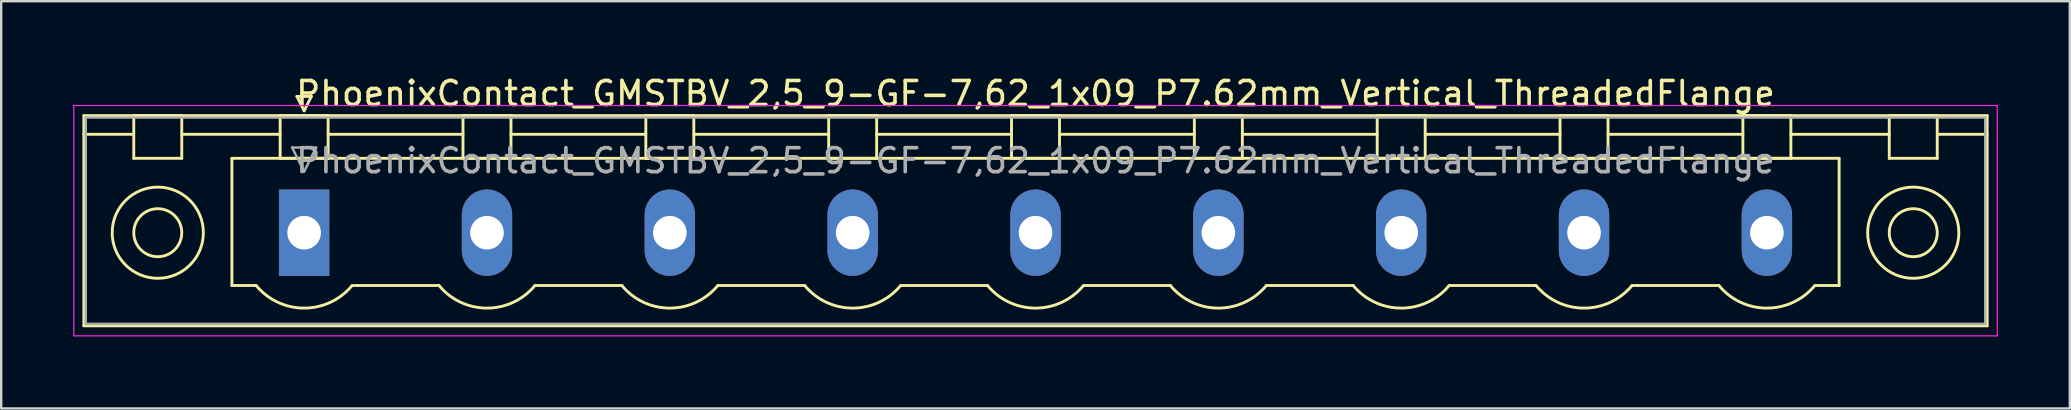
<source format=kicad_pcb>
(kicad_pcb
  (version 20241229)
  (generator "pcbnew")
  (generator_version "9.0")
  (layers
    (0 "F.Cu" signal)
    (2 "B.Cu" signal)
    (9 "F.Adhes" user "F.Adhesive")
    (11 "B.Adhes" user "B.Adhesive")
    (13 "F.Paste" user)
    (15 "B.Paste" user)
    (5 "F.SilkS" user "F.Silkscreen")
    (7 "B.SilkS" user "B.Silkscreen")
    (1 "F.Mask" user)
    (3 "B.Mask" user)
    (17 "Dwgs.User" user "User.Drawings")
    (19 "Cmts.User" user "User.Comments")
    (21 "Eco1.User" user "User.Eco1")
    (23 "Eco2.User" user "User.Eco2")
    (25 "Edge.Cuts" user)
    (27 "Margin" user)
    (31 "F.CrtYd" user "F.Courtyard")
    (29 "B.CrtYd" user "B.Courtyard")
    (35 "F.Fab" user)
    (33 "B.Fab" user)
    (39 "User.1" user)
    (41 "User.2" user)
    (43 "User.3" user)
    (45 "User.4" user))
  (footprint "PhoenixContact_GMSTBV_2,5_9-GF-7,62_1x09_P7.62mm_Vertical_ThreadedFlange"
    (layer "F.Cu")
    (at 9.625 6.648)
    (property "Reference" "PhoenixContact_GMSTBV_2,5_9-GF-7,62_1x09_P7.62mm_Vertical_ThreadedFlange" (at 30.48 -5.8 0) (layer "F.SilkS") (effects (font (size 1 1) (thickness 0.15))))
    (attr through_hole)
    (fp_line (start -9.18 -4.88) (end -9.18 3.88) (stroke (width 0.12) (type solid)) (layer "F.SilkS"))
    (fp_line (start -9.18 -4.1) (end -7.18 -4.1) (stroke (width 0.12) (type solid)) (layer "F.SilkS"))
    (fp_line (start -9.18 3.88) (end 70.14 3.88) (stroke (width 0.12) (type solid)) (layer "F.SilkS"))
    (fp_line (start -7.1 -4.88) (end -5.1 -4.88) (stroke (width 0.12) (type solid)) (layer "F.SilkS"))
    (fp_line (start -7.1 -3.1) (end -7.1 -4.88) (stroke (width 0.12) (type solid)) (layer "F.SilkS"))
    (fp_line (start -5.1 -4.88) (end -5.1 -3.1) (stroke (width 0.12) (type solid)) (layer "F.SilkS"))
    (fp_line (start -5.1 -4.1) (end -1 -4.1) (stroke (width 0.12) (type solid)) (layer "F.SilkS"))
    (fp_line (start -5.1 -3.1) (end -7.1 -3.1) (stroke (width 0.12) (type solid)) (layer "F.SilkS"))
    (fp_line (start -3.01 -3.1) (end 63.97 -3.1) (stroke (width 0.12) (type solid)) (layer "F.SilkS"))
    (fp_line (start -3.01 2.2) (end -3.01 -3.1) (stroke (width 0.12) (type solid)) (layer "F.SilkS"))
    (fp_line (start -2 2.2) (end -3.01 2.2) (stroke (width 0.12) (type solid)) (layer "F.SilkS"))
    (fp_line (start -1 -4.88) (end 1 -4.88) (stroke (width 0.12) (type solid)) (layer "F.SilkS"))
    (fp_line (start -1 -3.1) (end -1 -4.88) (stroke (width 0.12) (type solid)) (layer "F.SilkS"))
    (fp_line (start -0.3 -5.68) (end 0.3 -5.68) (stroke (width 0.12) (type solid)) (layer "F.SilkS"))
    (fp_line (start 0 -5.08) (end -0.3 -5.68) (stroke (width 0.12) (type solid)) (layer "F.SilkS"))
    (fp_line (start 0.3 -5.68) (end 0 -5.08) (stroke (width 0.12) (type solid)) (layer "F.SilkS"))
    (fp_line (start 1 -4.88) (end 1 -3.1) (stroke (width 0.12) (type solid)) (layer "F.SilkS"))
    (fp_line (start 1 -4.1) (end 6.62 -4.1) (stroke (width 0.12) (type solid)) (layer "F.SilkS"))
    (fp_line (start 1 -3.1) (end -1 -3.1) (stroke (width 0.12) (type solid)) (layer "F.SilkS"))
    (fp_line (start 2 2.2) (end 5.62 2.2) (stroke (width 0.12) (type solid)) (layer "F.SilkS"))
    (fp_line (start 6.62 -4.88) (end 8.62 -4.88) (stroke (width 0.12) (type solid)) (layer "F.SilkS"))
    (fp_line (start 6.62 -3.1) (end 6.62 -4.88) (stroke (width 0.12) (type solid)) (layer "F.SilkS"))
    (fp_line (start 8.62 -4.88) (end 8.62 -3.1) (stroke (width 0.12) (type solid)) (layer "F.SilkS"))
    (fp_line (start 8.62 -4.1) (end 14.24 -4.1) (stroke (width 0.12) (type solid)) (layer "F.SilkS"))
    (fp_line (start 8.62 -3.1) (end 6.62 -3.1) (stroke (width 0.12) (type solid)) (layer "F.SilkS"))
    (fp_line (start 9.62 2.2) (end 13.24 2.2) (stroke (width 0.12) (type solid)) (layer "F.SilkS"))
    (fp_line (start 14.24 -4.88) (end 16.24 -4.88) (stroke (width 0.12) (type solid)) (layer "F.SilkS"))
    (fp_line (start 14.24 -3.1) (end 14.24 -4.88) (stroke (width 0.12) (type solid)) (layer "F.SilkS"))
    (fp_line (start 16.24 -4.88) (end 16.24 -3.1) (stroke (width 0.12) (type solid)) (layer "F.SilkS"))
    (fp_line (start 16.24 -4.1) (end 21.86 -4.1) (stroke (width 0.12) (type solid)) (layer "F.SilkS"))
    (fp_line (start 16.24 -3.1) (end 14.24 -3.1) (stroke (width 0.12) (type solid)) (layer "F.SilkS"))
    (fp_line (start 17.24 2.2) (end 20.86 2.2) (stroke (width 0.12) (type solid)) (layer "F.SilkS"))
    (fp_line (start 21.86 -4.88) (end 23.86 -4.88) (stroke (width 0.12) (type solid)) (layer "F.SilkS"))
    (fp_line (start 21.86 -3.1) (end 21.86 -4.88) (stroke (width 0.12) (type solid)) (layer "F.SilkS"))
    (fp_line (start 23.86 -4.88) (end 23.86 -3.1) (stroke (width 0.12) (type solid)) (layer "F.SilkS"))
    (fp_line (start 23.86 -4.1) (end 29.48 -4.1) (stroke (width 0.12) (type solid)) (layer "F.SilkS"))
    (fp_line (start 23.86 -3.1) (end 21.86 -3.1) (stroke (width 0.12) (type solid)) (layer "F.SilkS"))
    (fp_line (start 24.86 2.2) (end 28.48 2.2) (stroke (width 0.12) (type solid)) (layer "F.SilkS"))
    (fp_line (start 29.48 -4.88) (end 31.48 -4.88) (stroke (width 0.12) (type solid)) (layer "F.SilkS"))
    (fp_line (start 29.48 -3.1) (end 29.48 -4.88) (stroke (width 0.12) (type solid)) (layer "F.SilkS"))
    (fp_line (start 31.48 -4.88) (end 31.48 -3.1) (stroke (width 0.12) (type solid)) (layer "F.SilkS"))
    (fp_line (start 31.48 -4.1) (end 37.1 -4.1) (stroke (width 0.12) (type solid)) (layer "F.SilkS"))
    (fp_line (start 31.48 -3.1) (end 29.48 -3.1) (stroke (width 0.12) (type solid)) (layer "F.SilkS"))
    (fp_line (start 32.48 2.2) (end 36.1 2.2) (stroke (width 0.12) (type solid)) (layer "F.SilkS"))
    (fp_line (start 37.1 -4.88) (end 39.1 -4.88) (stroke (width 0.12) (type solid)) (layer "F.SilkS"))
    (fp_line (start 37.1 -3.1) (end 37.1 -4.88) (stroke (width 0.12) (type solid)) (layer "F.SilkS"))
    (fp_line (start 39.1 -4.88) (end 39.1 -3.1) (stroke (width 0.12) (type solid)) (layer "F.SilkS"))
    (fp_line (start 39.1 -4.1) (end 44.72 -4.1) (stroke (width 0.12) (type solid)) (layer "F.SilkS"))
    (fp_line (start 39.1 -3.1) (end 37.1 -3.1) (stroke (width 0.12) (type solid)) (layer "F.SilkS"))
    (fp_line (start 40.1 2.2) (end 43.72 2.2) (stroke (width 0.12) (type solid)) (layer "F.SilkS"))
    (fp_line (start 44.72 -4.88) (end 46.72 -4.88) (stroke (width 0.12) (type solid)) (layer "F.SilkS"))
    (fp_line (start 44.72 -3.1) (end 44.72 -4.88) (stroke (width 0.12) (type solid)) (layer "F.SilkS"))
    (fp_line (start 46.72 -4.88) (end 46.72 -3.1) (stroke (width 0.12) (type solid)) (layer "F.SilkS"))
    (fp_line (start 46.72 -4.1) (end 52.34 -4.1) (stroke (width 0.12) (type solid)) (layer "F.SilkS"))
    (fp_line (start 46.72 -3.1) (end 44.72 -3.1) (stroke (width 0.12) (type solid)) (layer "F.SilkS"))
    (fp_line (start 47.72 2.2) (end 51.34 2.2) (stroke (width 0.12) (type solid)) (layer "F.SilkS"))
    (fp_line (start 52.34 -4.88) (end 54.34 -4.88) (stroke (width 0.12) (type solid)) (layer "F.SilkS"))
    (fp_line (start 52.34 -3.1) (end 52.34 -4.88) (stroke (width 0.12) (type solid)) (layer "F.SilkS"))
    (fp_line (start 54.34 -4.88) (end 54.34 -3.1) (stroke (width 0.12) (type solid)) (layer "F.SilkS"))
    (fp_line (start 54.34 -4.1) (end 59.96 -4.1) (stroke (width 0.12) (type solid)) (layer "F.SilkS"))
    (fp_line (start 54.34 -3.1) (end 52.34 -3.1) (stroke (width 0.12) (type solid)) (layer "F.SilkS"))
    (fp_line (start 55.34 2.2) (end 58.96 2.2) (stroke (width 0.12) (type solid)) (layer "F.SilkS"))
    (fp_line (start 59.96 -4.88) (end 61.96 -4.88) (stroke (width 0.12) (type solid)) (layer "F.SilkS"))
    (fp_line (start 59.96 -3.1) (end 59.96 -4.88) (stroke (width 0.12) (type solid)) (layer "F.SilkS"))
    (fp_line (start 61.96 -4.88) (end 61.96 -3.1) (stroke (width 0.12) (type solid)) (layer "F.SilkS"))
    (fp_line (start 61.96 -4.1) (end 66.06 -4.1) (stroke (width 0.12) (type solid)) (layer "F.SilkS"))
    (fp_line (start 61.96 -3.1) (end 59.96 -3.1) (stroke (width 0.12) (type solid)) (layer "F.SilkS"))
    (fp_line (start 63.97 -3.1) (end 63.97 2.2) (stroke (width 0.12) (type solid)) (layer "F.SilkS"))
    (fp_line (start 63.97 2.2) (end 62.96 2.2) (stroke (width 0.12) (type solid)) (layer "F.SilkS"))
    (fp_line (start 66.06 -4.88) (end 68.06 -4.88) (stroke (width 0.12) (type solid)) (layer "F.SilkS"))
    (fp_line (start 66.06 -3.1) (end 66.06 -4.88) (stroke (width 0.12) (type solid)) (layer "F.SilkS"))
    (fp_line (start 68.06 -4.88) (end 68.06 -3.1) (stroke (width 0.12) (type solid)) (layer "F.SilkS"))
    (fp_line (start 68.06 -3.1) (end 66.06 -3.1) (stroke (width 0.12) (type solid)) (layer "F.SilkS"))
    (fp_line (start 70.14 -4.88) (end -9.18 -4.88) (stroke (width 0.12) (type solid)) (layer "F.SilkS"))
    (fp_line (start 70.14 -4.1) (end 68.14 -4.1) (stroke (width 0.12) (type solid)) (layer "F.SilkS"))
    (fp_line (start 70.14 3.88) (end 70.14 -4.88) (stroke (width 0.12) (type solid)) (layer "F.SilkS"))
    (fp_arc (start 1.986842 2.215821) (mid -0.010289 3.142758) (end -2 2.2) (stroke (width 0.12) (type solid)) (layer "F.SilkS"))
    (fp_arc (start 9.606842 2.215821) (mid 7.609711 3.142758) (end 5.62 2.2) (stroke (width 0.12) (type solid)) (layer "F.SilkS"))
    (fp_arc (start 17.226842 2.215821) (mid 15.229711 3.142758) (end 13.24 2.2) (stroke (width 0.12) (type solid)) (layer "F.SilkS"))
    (fp_arc (start 24.846842 2.215821) (mid 22.849711 3.142758) (end 20.86 2.2) (stroke (width 0.12) (type solid)) (layer "F.SilkS"))
    (fp_arc (start 32.466842 2.215821) (mid 30.469711 3.142758) (end 28.48 2.2) (stroke (width 0.12) (type solid)) (layer "F.SilkS"))
    (fp_arc (start 40.086842 2.215821) (mid 38.089711 3.142758) (end 36.1 2.2) (stroke (width 0.12) (type solid)) (layer "F.SilkS"))
    (fp_arc (start 47.706842 2.215821) (mid 45.709711 3.142758) (end 43.72 2.2) (stroke (width 0.12) (type solid)) (layer "F.SilkS"))
    (fp_arc (start 55.326842 2.215821) (mid 53.329711 3.142758) (end 51.34 2.2) (stroke (width 0.12) (type solid)) (layer "F.SilkS"))
    (fp_arc (start 62.946842 2.215821) (mid 60.949711 3.142758) (end 58.96 2.2) (stroke (width 0.12) (type solid)) (layer "F.SilkS"))
    (fp_circle (center -6.1 0) (end -5.1 0) (stroke (width 0.12) (type solid)) (fill no) (layer "F.SilkS"))
    (fp_circle (center -6.1 0) (end -4.2 0) (stroke (width 0.12) (type solid)) (fill no) (layer "F.SilkS"))
    (fp_circle (center 67.06 0) (end 68.06 0) (stroke (width 0.12) (type solid)) (fill no) (layer "F.SilkS"))
    (fp_circle (center 67.06 0) (end 68.96 0) (stroke (width 0.12) (type solid)) (fill no) (layer "F.SilkS"))
    (fp_line (start -9.6 -5.3) (end -9.6 4.3) (stroke (width 0.05) (type solid)) (layer "F.CrtYd"))
    (fp_line (start -9.6 4.3) (end 70.56 4.3) (stroke (width 0.05) (type solid)) (layer "F.CrtYd"))
    (fp_line (start 70.56 -5.3) (end -9.6 -5.3) (stroke (width 0.05) (type solid)) (layer "F.CrtYd"))
    (fp_line (start 70.56 4.3) (end 70.56 -5.3) (stroke (width 0.05) (type solid)) (layer "F.CrtYd"))
    (fp_line (start -9.1 -4.8) (end -9.1 3.8) (stroke (width 0.1) (type solid)) (layer "F.Fab"))
    (fp_line (start -9.1 3.8) (end 70.06 3.8) (stroke (width 0.1) (type solid)) (layer "F.Fab"))
    (fp_line (start -0.5 -3.55) (end 0.5 -3.55) (stroke (width 0.1) (type solid)) (layer "F.Fab"))
    (fp_line (start 0 -2.55) (end -0.5 -3.55) (stroke (width 0.1) (type solid)) (layer "F.Fab"))
    (fp_line (start 0.5 -3.55) (end 0 -2.55) (stroke (width 0.1) (type solid)) (layer "F.Fab"))
    (fp_line (start 70.06 -4.8) (end -9.1 -4.8) (stroke (width 0.1) (type solid)) (layer "F.Fab"))
    (fp_line (start 70.06 3.8) (end 70.06 -4.8) (stroke (width 0.1) (type solid)) (layer "F.Fab"))
    (fp_text user "${REFERENCE}" (at 30.48 -3 0) (layer "F.Fab") (effects (font (size 1 1) (thickness 0.15))))
    (pad "1" thru_hole rect (at 0 0) (size 2.1 3.6) (drill 1.4) (layers "*.Cu" "*.Mask"))
    (pad "2" thru_hole oval (at 7.62 0) (size 2.1 3.6) (drill 1.4) (layers "*.Cu" "*.Mask"))
    (pad "3" thru_hole oval (at 15.24 0) (size 2.1 3.6) (drill 1.4) (layers "*.Cu" "*.Mask"))
    (pad "4" thru_hole oval (at 22.86 0) (size 2.1 3.6) (drill 1.4) (layers "*.Cu" "*.Mask"))
    (pad "5" thru_hole oval (at 30.48 0) (size 2.1 3.6) (drill 1.4) (layers "*.Cu" "*.Mask"))
    (pad "6" thru_hole oval (at 38.1 0) (size 2.1 3.6) (drill 1.4) (layers "*.Cu" "*.Mask"))
    (pad "7" thru_hole oval (at 45.72 0) (size 2.1 3.6) (drill 1.4) (layers "*.Cu" "*.Mask"))
    (pad "8" thru_hole oval (at 53.34 0) (size 2.1 3.6) (drill 1.4) (layers "*.Cu" "*.Mask"))
    (pad "9" thru_hole oval (at 60.96 0) (size 2.1 3.6) (drill 1.4) (layers "*.Cu" "*.Mask")))
  (gr_rect
    (start -3 -3)
    (end 83.21 13.973)
    (stroke (width 0.1) (type default))
    (fill no)
    (layer "Edge.Cuts")))
</source>
